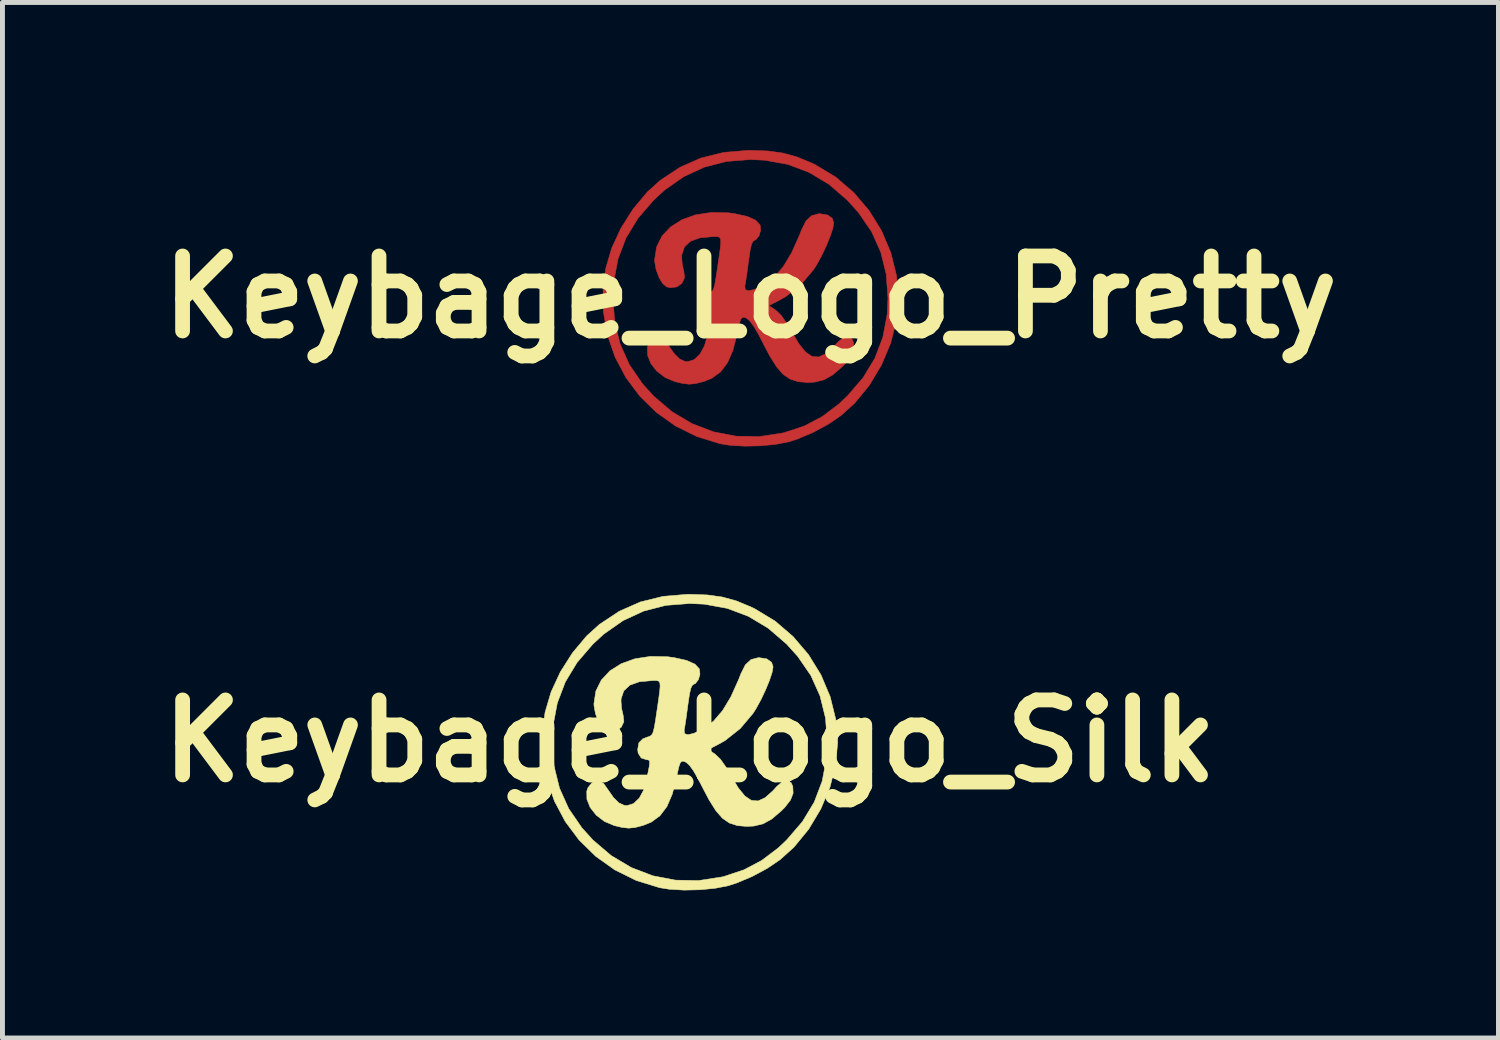
<source format=kicad_pcb>
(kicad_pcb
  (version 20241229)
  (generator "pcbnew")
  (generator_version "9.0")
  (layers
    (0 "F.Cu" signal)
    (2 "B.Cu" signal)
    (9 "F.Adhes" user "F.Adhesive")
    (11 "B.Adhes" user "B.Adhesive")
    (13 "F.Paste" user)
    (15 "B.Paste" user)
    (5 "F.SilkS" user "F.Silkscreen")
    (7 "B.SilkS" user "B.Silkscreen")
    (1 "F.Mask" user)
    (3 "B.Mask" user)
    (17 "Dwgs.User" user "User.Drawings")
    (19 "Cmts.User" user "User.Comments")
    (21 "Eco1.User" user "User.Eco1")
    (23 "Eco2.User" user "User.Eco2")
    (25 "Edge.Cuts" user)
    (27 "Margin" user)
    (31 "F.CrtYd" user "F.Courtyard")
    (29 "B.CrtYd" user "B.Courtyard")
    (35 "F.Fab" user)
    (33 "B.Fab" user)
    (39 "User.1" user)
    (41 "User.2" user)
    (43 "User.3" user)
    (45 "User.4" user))
  (footprint "Keybage_Logo_Pretty"
    (layer "F.Cu")
    (at 12.199 2.986)
    (property "Reference" "Keybage_Logo_Pretty" (at 0 0 0) (layer "F.SilkS") (effects (font (size 1.524 1.524) (thickness 0.3))))
    (attr through_hole)
    (fp_poly (pts (xy 0.355 -2.968) (xy 0.66 -2.926) (xy 0.944 -2.848) (xy 1.239 -2.726) (xy 1.324 -2.685) (xy 1.735 -2.436) (xy 2.1 -2.122) (xy 2.413 -1.755) (xy 2.666 -1.344) (xy 2.853 -0.9) (xy 2.969 -0.432) (xy 3.006 0.021) (xy 2.965 0.48) (xy 2.849 0.939) (xy 2.663 1.381) (xy 2.417 1.792) (xy 2.117 2.158) (xy 1.835 2.412) (xy 1.575 2.588) (xy 1.27 2.752) (xy 0.957 2.884) (xy 0.781 2.941) (xy 0.515 2.993) (xy 0.205 3.023) (xy -0.117 3.03) (xy -0.418 3.012) (xy -0.614 2.981) (xy -1.09 2.834) (xy -1.524 2.619) (xy -1.912 2.343) (xy -2.249 2.013) (xy -2.53 1.637) (xy -2.75 1.222) (xy -2.904 0.777) (xy -2.987 0.308) (xy -2.991 0.021) (xy -2.794 0.021) (xy -2.758 0.509) (xy -2.647 0.958) (xy -2.46 1.374) (xy -2.193 1.763) (xy -1.968 2.012) (xy -1.596 2.329) (xy -1.187 2.572) (xy -0.75 2.739) (xy -0.292 2.827) (xy 0.18 2.836) (xy 0.657 2.762) (xy 0.694 2.753) (xy 1.1 2.618) (xy 1.462 2.427) (xy 1.801 2.17) (xy 1.968 2.012) (xy 2.289 1.639) (xy 2.529 1.242) (xy 2.691 0.815) (xy 2.778 0.354) (xy 2.794 0.021) (xy 2.758 -0.467) (xy 2.647 -0.916) (xy 2.46 -1.332) (xy 2.193 -1.72) (xy 1.968 -1.969) (xy 1.595 -2.291) (xy 1.194 -2.532) (xy 0.762 -2.695) (xy 0.297 -2.78) (xy 0 -2.794) (xy -0.485 -2.756) (xy -0.936 -2.64) (xy -1.356 -2.446) (xy -1.746 -2.173) (xy -1.968 -1.969) (xy -2.289 -1.596) (xy -2.529 -1.199) (xy -2.691 -0.773) (xy -2.778 -0.312) (xy -2.794 0.021) (xy -2.991 0.021) (xy -2.994 -0.177) (xy -2.94 -0.584) (xy -2.819 -0.994) (xy -2.63 -1.403) (xy -2.384 -1.79) (xy -2.096 -2.134) (xy -1.835 -2.37) (xy -1.433 -2.636) (xy -1.005 -2.825) (xy -0.544 -2.939) (xy -0.044 -2.981) (xy 0 -2.981) (xy 0.355 -2.968)) (stroke (width 0.01) (type solid)) (fill yes) (layer "F.Cu"))
    (fp_poly (pts (xy -0.45 -1.712) (xy -0.318 -1.694) (xy -0.065 -1.638) (xy 0.105 -1.562) (xy 0.193 -1.468) (xy 0.197 -1.458) (xy 0.207 -1.354) (xy 0.175 -1.245) (xy 0.115 -1.169) (xy 0.09 -1.157) (xy 0.051 -1.132) (xy 0.021 -1.069) (xy -0.005 -0.955) (xy -0.032 -0.775) (xy -0.039 -0.727) (xy -0.064 -0.539) (xy -0.087 -0.375) (xy -0.107 -0.257) (xy -0.114 -0.222) (xy -0.105 -0.149) (xy -0.037 -0.127) (xy 0.086 -0.157) (xy 0.255 -0.238) (xy 0.278 -0.251) (xy 0.482 -0.403) (xy 0.666 -0.617) (xy 0.836 -0.899) (xy 0.997 -1.258) (xy 1.039 -1.367) (xy 1.13 -1.549) (xy 1.245 -1.655) (xy 1.393 -1.693) (xy 1.409 -1.693) (xy 1.565 -1.669) (xy 1.663 -1.599) (xy 1.693 -1.506) (xy 1.673 -1.393) (xy 1.619 -1.229) (xy 1.54 -1.037) (xy 1.447 -0.84) (xy 1.348 -0.659) (xy 1.285 -0.56) (xy 1.025 -0.252) (xy 0.718 -0.009) (xy 0.579 0.069) (xy 0.375 0.174) (xy 0.516 0.268) (xy 0.626 0.374) (xy 0.749 0.549) (xy 0.836 0.7) (xy 0.984 0.95) (xy 1.12 1.118) (xy 1.253 1.207) (xy 1.388 1.218) (xy 1.532 1.152) (xy 1.691 1.01) (xy 1.771 0.921) (xy 1.88 0.828) (xy 1.982 0.804) (xy 2.06 0.848) (xy 2.094 0.924) (xy 2.1 1.063) (xy 2.048 1.198) (xy 1.932 1.348) (xy 1.856 1.424) (xy 1.667 1.585) (xy 1.492 1.682) (xy 1.306 1.728) (xy 1.164 1.736) (xy 0.97 1.72) (xy 0.807 1.668) (xy 0.664 1.57) (xy 0.529 1.415) (xy 0.391 1.195) (xy 0.288 0.999) (xy 0.168 0.766) (xy 0.072 0.601) (xy -0.006 0.494) (xy -0.074 0.433) (xy -0.121 0.413) (xy -0.161 0.412) (xy -0.193 0.444) (xy -0.222 0.525) (xy -0.254 0.668) (xy -0.271 0.751) (xy -0.355 1.079) (xy -0.464 1.332) (xy -0.606 1.52) (xy -0.785 1.65) (xy -0.948 1.716) (xy -1.112 1.758) (xy -1.244 1.771) (xy -1.382 1.755) (xy -1.537 1.718) (xy -1.735 1.634) (xy -1.901 1.507) (xy -2.023 1.352) (xy -2.09 1.184) (xy -2.093 1.02) (xy -2.068 0.948) (xy -1.982 0.842) (xy -1.896 0.812) (xy -1.816 0.818) (xy -1.749 0.866) (xy -1.673 0.973) (xy -1.55 1.149) (xy -1.442 1.256) (xy -1.337 1.306) (xy -1.274 1.312) (xy -1.143 1.272) (xy -1.026 1.161) (xy -0.935 0.992) (xy -0.896 0.86) (xy -0.851 0.655) (xy -0.824 0.519) (xy -0.815 0.438) (xy -0.823 0.397) (xy -0.848 0.383) (xy -0.877 0.381) (xy -0.987 0.345) (xy -1.049 0.247) (xy -1.058 0.171) (xy -1.034 0.036) (xy -0.953 -0.045) (xy -0.864 -0.079) (xy -0.811 -0.096) (xy -0.773 -0.124) (xy -0.745 -0.178) (xy -0.721 -0.274) (xy -0.695 -0.426) (xy -0.67 -0.595) (xy -0.634 -0.838) (xy -0.611 -1.01) (xy -0.602 -1.122) (xy -0.609 -1.187) (xy -0.634 -1.219) (xy -0.678 -1.228) (xy -0.743 -1.228) (xy -0.757 -1.228) (xy -1.022 -1.204) (xy -1.217 -1.135) (xy -1.341 -1.019) (xy -1.395 -0.857) (xy -1.397 -0.809) (xy -1.386 -0.667) (xy -1.358 -0.539) (xy -1.354 -0.526) (xy -1.339 -0.392) (xy -1.392 -0.28) (xy -1.493 -0.207) (xy -1.626 -0.189) (xy -1.704 -0.208) (xy -1.785 -0.276) (xy -1.86 -0.402) (xy -1.917 -0.559) (xy -1.946 -0.721) (xy -1.947 -0.759) (xy -1.908 -1.015) (xy -1.797 -1.239) (xy -1.622 -1.426) (xy -1.392 -1.571) (xy -1.114 -1.671) (xy -0.798 -1.719) (xy -0.45 -1.712)) (stroke (width 0.01) (type solid)) (fill yes) (layer "F.Cu"))
    (fp_poly (pts (xy 0.355 -2.968) (xy 0.66 -2.926) (xy 0.944 -2.848) (xy 1.239 -2.726) (xy 1.324 -2.685) (xy 1.735 -2.436) (xy 2.1 -2.122) (xy 2.413 -1.755) (xy 2.666 -1.344) (xy 2.853 -0.9) (xy 2.969 -0.432) (xy 3.006 0.021) (xy 2.965 0.48) (xy 2.849 0.939) (xy 2.663 1.381) (xy 2.417 1.792) (xy 2.117 2.158) (xy 1.835 2.412) (xy 1.575 2.588) (xy 1.27 2.752) (xy 0.957 2.884) (xy 0.781 2.941) (xy 0.515 2.993) (xy 0.205 3.023) (xy -0.117 3.03) (xy -0.418 3.012) (xy -0.614 2.981) (xy -1.09 2.834) (xy -1.524 2.619) (xy -1.912 2.343) (xy -2.249 2.013) (xy -2.53 1.637) (xy -2.75 1.222) (xy -2.904 0.777) (xy -2.987 0.308) (xy -2.991 0.021) (xy -2.794 0.021) (xy -2.758 0.509) (xy -2.647 0.958) (xy -2.46 1.374) (xy -2.193 1.763) (xy -1.968 2.012) (xy -1.596 2.329) (xy -1.187 2.572) (xy -0.75 2.739) (xy -0.292 2.827) (xy 0.18 2.836) (xy 0.657 2.762) (xy 0.694 2.753) (xy 1.1 2.618) (xy 1.462 2.427) (xy 1.801 2.17) (xy 1.968 2.012) (xy 2.289 1.639) (xy 2.529 1.242) (xy 2.691 0.815) (xy 2.778 0.354) (xy 2.794 0.021) (xy 2.758 -0.467) (xy 2.647 -0.916) (xy 2.46 -1.332) (xy 2.193 -1.72) (xy 1.968 -1.969) (xy 1.595 -2.291) (xy 1.194 -2.532) (xy 0.762 -2.695) (xy 0.297 -2.78) (xy 0 -2.794) (xy -0.485 -2.756) (xy -0.936 -2.64) (xy -1.356 -2.446) (xy -1.746 -2.173) (xy -1.968 -1.969) (xy -2.289 -1.596) (xy -2.529 -1.199) (xy -2.691 -0.773) (xy -2.778 -0.312) (xy -2.794 0.021) (xy -2.991 0.021) (xy -2.994 -0.177) (xy -2.94 -0.584) (xy -2.819 -0.994) (xy -2.63 -1.403) (xy -2.384 -1.79) (xy -2.096 -2.134) (xy -1.835 -2.37) (xy -1.433 -2.636) (xy -1.005 -2.825) (xy -0.544 -2.939) (xy -0.044 -2.981) (xy 0 -2.981) (xy 0.355 -2.968)) (stroke (width 0.01) (type solid)) (fill yes) (layer "F.Mask"))
    (fp_poly (pts (xy -0.45 -1.712) (xy -0.318 -1.694) (xy -0.065 -1.638) (xy 0.105 -1.562) (xy 0.193 -1.468) (xy 0.197 -1.458) (xy 0.207 -1.354) (xy 0.175 -1.245) (xy 0.115 -1.169) (xy 0.09 -1.157) (xy 0.051 -1.132) (xy 0.021 -1.069) (xy -0.005 -0.955) (xy -0.032 -0.775) (xy -0.039 -0.727) (xy -0.064 -0.539) (xy -0.087 -0.375) (xy -0.107 -0.257) (xy -0.114 -0.222) (xy -0.105 -0.149) (xy -0.037 -0.127) (xy 0.086 -0.157) (xy 0.255 -0.238) (xy 0.278 -0.251) (xy 0.482 -0.403) (xy 0.666 -0.617) (xy 0.836 -0.899) (xy 0.997 -1.258) (xy 1.039 -1.367) (xy 1.13 -1.549) (xy 1.245 -1.655) (xy 1.393 -1.693) (xy 1.409 -1.693) (xy 1.565 -1.669) (xy 1.663 -1.599) (xy 1.693 -1.506) (xy 1.673 -1.393) (xy 1.619 -1.229) (xy 1.54 -1.037) (xy 1.447 -0.84) (xy 1.348 -0.659) (xy 1.285 -0.56) (xy 1.025 -0.252) (xy 0.718 -0.009) (xy 0.579 0.069) (xy 0.375 0.174) (xy 0.516 0.268) (xy 0.626 0.374) (xy 0.749 0.549) (xy 0.836 0.7) (xy 0.984 0.95) (xy 1.12 1.118) (xy 1.253 1.207) (xy 1.388 1.218) (xy 1.532 1.152) (xy 1.691 1.01) (xy 1.771 0.921) (xy 1.88 0.828) (xy 1.982 0.804) (xy 2.06 0.848) (xy 2.094 0.924) (xy 2.1 1.063) (xy 2.048 1.198) (xy 1.932 1.348) (xy 1.856 1.424) (xy 1.667 1.585) (xy 1.492 1.682) (xy 1.306 1.728) (xy 1.164 1.736) (xy 0.97 1.72) (xy 0.807 1.668) (xy 0.664 1.57) (xy 0.529 1.415) (xy 0.391 1.195) (xy 0.288 0.999) (xy 0.168 0.766) (xy 0.072 0.601) (xy -0.006 0.494) (xy -0.074 0.433) (xy -0.121 0.413) (xy -0.161 0.412) (xy -0.193 0.444) (xy -0.222 0.525) (xy -0.254 0.668) (xy -0.271 0.751) (xy -0.355 1.079) (xy -0.464 1.332) (xy -0.606 1.52) (xy -0.785 1.65) (xy -0.948 1.716) (xy -1.112 1.758) (xy -1.244 1.771) (xy -1.382 1.755) (xy -1.537 1.718) (xy -1.735 1.634) (xy -1.901 1.507) (xy -2.023 1.352) (xy -2.09 1.184) (xy -2.093 1.02) (xy -2.068 0.948) (xy -1.982 0.842) (xy -1.896 0.812) (xy -1.816 0.818) (xy -1.749 0.866) (xy -1.673 0.973) (xy -1.55 1.149) (xy -1.442 1.256) (xy -1.337 1.306) (xy -1.274 1.312) (xy -1.143 1.272) (xy -1.026 1.161) (xy -0.935 0.992) (xy -0.896 0.86) (xy -0.851 0.655) (xy -0.824 0.519) (xy -0.815 0.438) (xy -0.823 0.397) (xy -0.848 0.383) (xy -0.877 0.381) (xy -0.987 0.345) (xy -1.049 0.247) (xy -1.058 0.171) (xy -1.034 0.036) (xy -0.953 -0.045) (xy -0.864 -0.079) (xy -0.811 -0.096) (xy -0.773 -0.124) (xy -0.745 -0.178) (xy -0.721 -0.274) (xy -0.695 -0.426) (xy -0.67 -0.595) (xy -0.634 -0.838) (xy -0.611 -1.01) (xy -0.602 -1.122) (xy -0.609 -1.187) (xy -0.634 -1.219) (xy -0.678 -1.228) (xy -0.743 -1.228) (xy -0.757 -1.228) (xy -1.022 -1.204) (xy -1.217 -1.135) (xy -1.341 -1.019) (xy -1.395 -0.857) (xy -1.397 -0.809) (xy -1.386 -0.667) (xy -1.358 -0.539) (xy -1.354 -0.526) (xy -1.339 -0.392) (xy -1.392 -0.28) (xy -1.493 -0.207) (xy -1.626 -0.189) (xy -1.704 -0.208) (xy -1.785 -0.276) (xy -1.86 -0.402) (xy -1.917 -0.559) (xy -1.946 -0.721) (xy -1.947 -0.759) (xy -1.908 -1.015) (xy -1.797 -1.239) (xy -1.622 -1.426) (xy -1.392 -1.571) (xy -1.114 -1.671) (xy -0.798 -1.719) (xy -0.45 -1.712)) (stroke (width 0.01) (type solid)) (fill yes) (layer "F.Mask")))
  (footprint "Keybage_Logo_Silk"
    (layer "F.Cu")
    (at 10.966 12.007)
    (property "Reference" "Keybage_Logo_Silk" (at 0 0 0) (layer "F.SilkS") (effects (font (size 1.524 1.524) (thickness 0.3))))
    (attr through_hole)
    (fp_poly (pts (xy 0.355 -2.968) (xy 0.66 -2.926) (xy 0.944 -2.848) (xy 1.239 -2.726) (xy 1.324 -2.685) (xy 1.735 -2.436) (xy 2.1 -2.122) (xy 2.413 -1.755) (xy 2.666 -1.344) (xy 2.853 -0.9) (xy 2.969 -0.432) (xy 3.006 0.021) (xy 2.965 0.48) (xy 2.849 0.939) (xy 2.663 1.381) (xy 2.417 1.792) (xy 2.117 2.158) (xy 1.835 2.412) (xy 1.575 2.588) (xy 1.27 2.752) (xy 0.957 2.884) (xy 0.781 2.941) (xy 0.515 2.993) (xy 0.205 3.023) (xy -0.117 3.03) (xy -0.418 3.012) (xy -0.614 2.981) (xy -1.09 2.834) (xy -1.524 2.619) (xy -1.912 2.343) (xy -2.249 2.013) (xy -2.53 1.637) (xy -2.75 1.222) (xy -2.904 0.777) (xy -2.987 0.308) (xy -2.991 0.021) (xy -2.794 0.021) (xy -2.758 0.509) (xy -2.647 0.958) (xy -2.46 1.374) (xy -2.193 1.763) (xy -1.968 2.012) (xy -1.596 2.329) (xy -1.187 2.572) (xy -0.75 2.739) (xy -0.292 2.827) (xy 0.18 2.836) (xy 0.657 2.762) (xy 0.694 2.753) (xy 1.1 2.618) (xy 1.462 2.427) (xy 1.801 2.17) (xy 1.968 2.012) (xy 2.289 1.639) (xy 2.529 1.242) (xy 2.691 0.815) (xy 2.778 0.354) (xy 2.794 0.021) (xy 2.758 -0.467) (xy 2.647 -0.916) (xy 2.46 -1.332) (xy 2.193 -1.72) (xy 1.968 -1.969) (xy 1.595 -2.291) (xy 1.194 -2.532) (xy 0.762 -2.695) (xy 0.297 -2.78) (xy 0 -2.794) (xy -0.485 -2.756) (xy -0.936 -2.64) (xy -1.356 -2.446) (xy -1.746 -2.173) (xy -1.968 -1.969) (xy -2.289 -1.596) (xy -2.529 -1.199) (xy -2.691 -0.773) (xy -2.778 -0.312) (xy -2.794 0.021) (xy -2.991 0.021) (xy -2.994 -0.177) (xy -2.94 -0.584) (xy -2.819 -0.994) (xy -2.63 -1.403) (xy -2.384 -1.79) (xy -2.096 -2.134) (xy -1.835 -2.37) (xy -1.433 -2.636) (xy -1.005 -2.825) (xy -0.544 -2.939) (xy -0.044 -2.981) (xy 0 -2.981) (xy 0.355 -2.968)) (stroke (width 0.01) (type solid)) (fill yes) (layer "F.SilkS"))
    (fp_poly (pts (xy -0.45 -1.712) (xy -0.318 -1.694) (xy -0.065 -1.638) (xy 0.105 -1.562) (xy 0.193 -1.468) (xy 0.197 -1.458) (xy 0.207 -1.354) (xy 0.175 -1.245) (xy 0.115 -1.169) (xy 0.09 -1.157) (xy 0.051 -1.132) (xy 0.021 -1.069) (xy -0.005 -0.955) (xy -0.032 -0.775) (xy -0.039 -0.727) (xy -0.064 -0.539) (xy -0.087 -0.375) (xy -0.107 -0.257) (xy -0.114 -0.222) (xy -0.105 -0.149) (xy -0.037 -0.127) (xy 0.086 -0.157) (xy 0.255 -0.238) (xy 0.278 -0.251) (xy 0.482 -0.403) (xy 0.666 -0.617) (xy 0.836 -0.899) (xy 0.997 -1.258) (xy 1.039 -1.367) (xy 1.13 -1.549) (xy 1.245 -1.655) (xy 1.393 -1.693) (xy 1.409 -1.693) (xy 1.565 -1.669) (xy 1.663 -1.599) (xy 1.693 -1.506) (xy 1.673 -1.393) (xy 1.619 -1.229) (xy 1.54 -1.037) (xy 1.447 -0.84) (xy 1.348 -0.659) (xy 1.285 -0.56) (xy 1.025 -0.252) (xy 0.718 -0.009) (xy 0.579 0.069) (xy 0.375 0.174) (xy 0.516 0.268) (xy 0.626 0.374) (xy 0.749 0.549) (xy 0.836 0.7) (xy 0.984 0.95) (xy 1.12 1.118) (xy 1.253 1.207) (xy 1.388 1.218) (xy 1.532 1.152) (xy 1.691 1.01) (xy 1.771 0.921) (xy 1.88 0.828) (xy 1.982 0.804) (xy 2.06 0.848) (xy 2.094 0.924) (xy 2.1 1.063) (xy 2.048 1.198) (xy 1.932 1.348) (xy 1.856 1.424) (xy 1.667 1.585) (xy 1.492 1.682) (xy 1.306 1.728) (xy 1.164 1.736) (xy 0.97 1.72) (xy 0.807 1.668) (xy 0.664 1.57) (xy 0.529 1.415) (xy 0.391 1.195) (xy 0.288 0.999) (xy 0.168 0.766) (xy 0.072 0.601) (xy -0.006 0.494) (xy -0.074 0.433) (xy -0.121 0.413) (xy -0.161 0.412) (xy -0.193 0.444) (xy -0.222 0.525) (xy -0.254 0.668) (xy -0.271 0.751) (xy -0.355 1.079) (xy -0.464 1.332) (xy -0.606 1.52) (xy -0.785 1.65) (xy -0.948 1.716) (xy -1.112 1.758) (xy -1.244 1.771) (xy -1.382 1.755) (xy -1.537 1.718) (xy -1.735 1.634) (xy -1.901 1.507) (xy -2.023 1.352) (xy -2.09 1.184) (xy -2.093 1.02) (xy -2.068 0.948) (xy -1.982 0.842) (xy -1.896 0.812) (xy -1.816 0.818) (xy -1.749 0.866) (xy -1.673 0.973) (xy -1.55 1.149) (xy -1.442 1.256) (xy -1.337 1.306) (xy -1.274 1.312) (xy -1.143 1.272) (xy -1.026 1.161) (xy -0.935 0.992) (xy -0.896 0.86) (xy -0.851 0.655) (xy -0.824 0.519) (xy -0.815 0.438) (xy -0.823 0.397) (xy -0.848 0.383) (xy -0.877 0.381) (xy -0.987 0.345) (xy -1.049 0.247) (xy -1.058 0.171) (xy -1.034 0.036) (xy -0.953 -0.045) (xy -0.864 -0.079) (xy -0.811 -0.096) (xy -0.773 -0.124) (xy -0.745 -0.178) (xy -0.721 -0.274) (xy -0.695 -0.426) (xy -0.67 -0.595) (xy -0.634 -0.838) (xy -0.611 -1.01) (xy -0.602 -1.122) (xy -0.609 -1.187) (xy -0.634 -1.219) (xy -0.678 -1.228) (xy -0.743 -1.228) (xy -0.757 -1.228) (xy -1.022 -1.204) (xy -1.217 -1.135) (xy -1.341 -1.019) (xy -1.395 -0.857) (xy -1.397 -0.809) (xy -1.386 -0.667) (xy -1.358 -0.539) (xy -1.354 -0.526) (xy -1.339 -0.392) (xy -1.392 -0.28) (xy -1.493 -0.207) (xy -1.626 -0.189) (xy -1.704 -0.208) (xy -1.785 -0.276) (xy -1.86 -0.402) (xy -1.917 -0.559) (xy -1.946 -0.721) (xy -1.947 -0.759) (xy -1.908 -1.015) (xy -1.797 -1.239) (xy -1.622 -1.426) (xy -1.392 -1.571) (xy -1.114 -1.671) (xy -0.798 -1.719) (xy -0.45 -1.712)) (stroke (width 0.01) (type solid)) (fill yes) (layer "F.SilkS")))
  (gr_rect
    (start -3 -3)
    (end 27.399 18.042)
    (stroke (width 0.1) (type default))
    (fill no)
    (layer "Edge.Cuts")))
</source>
